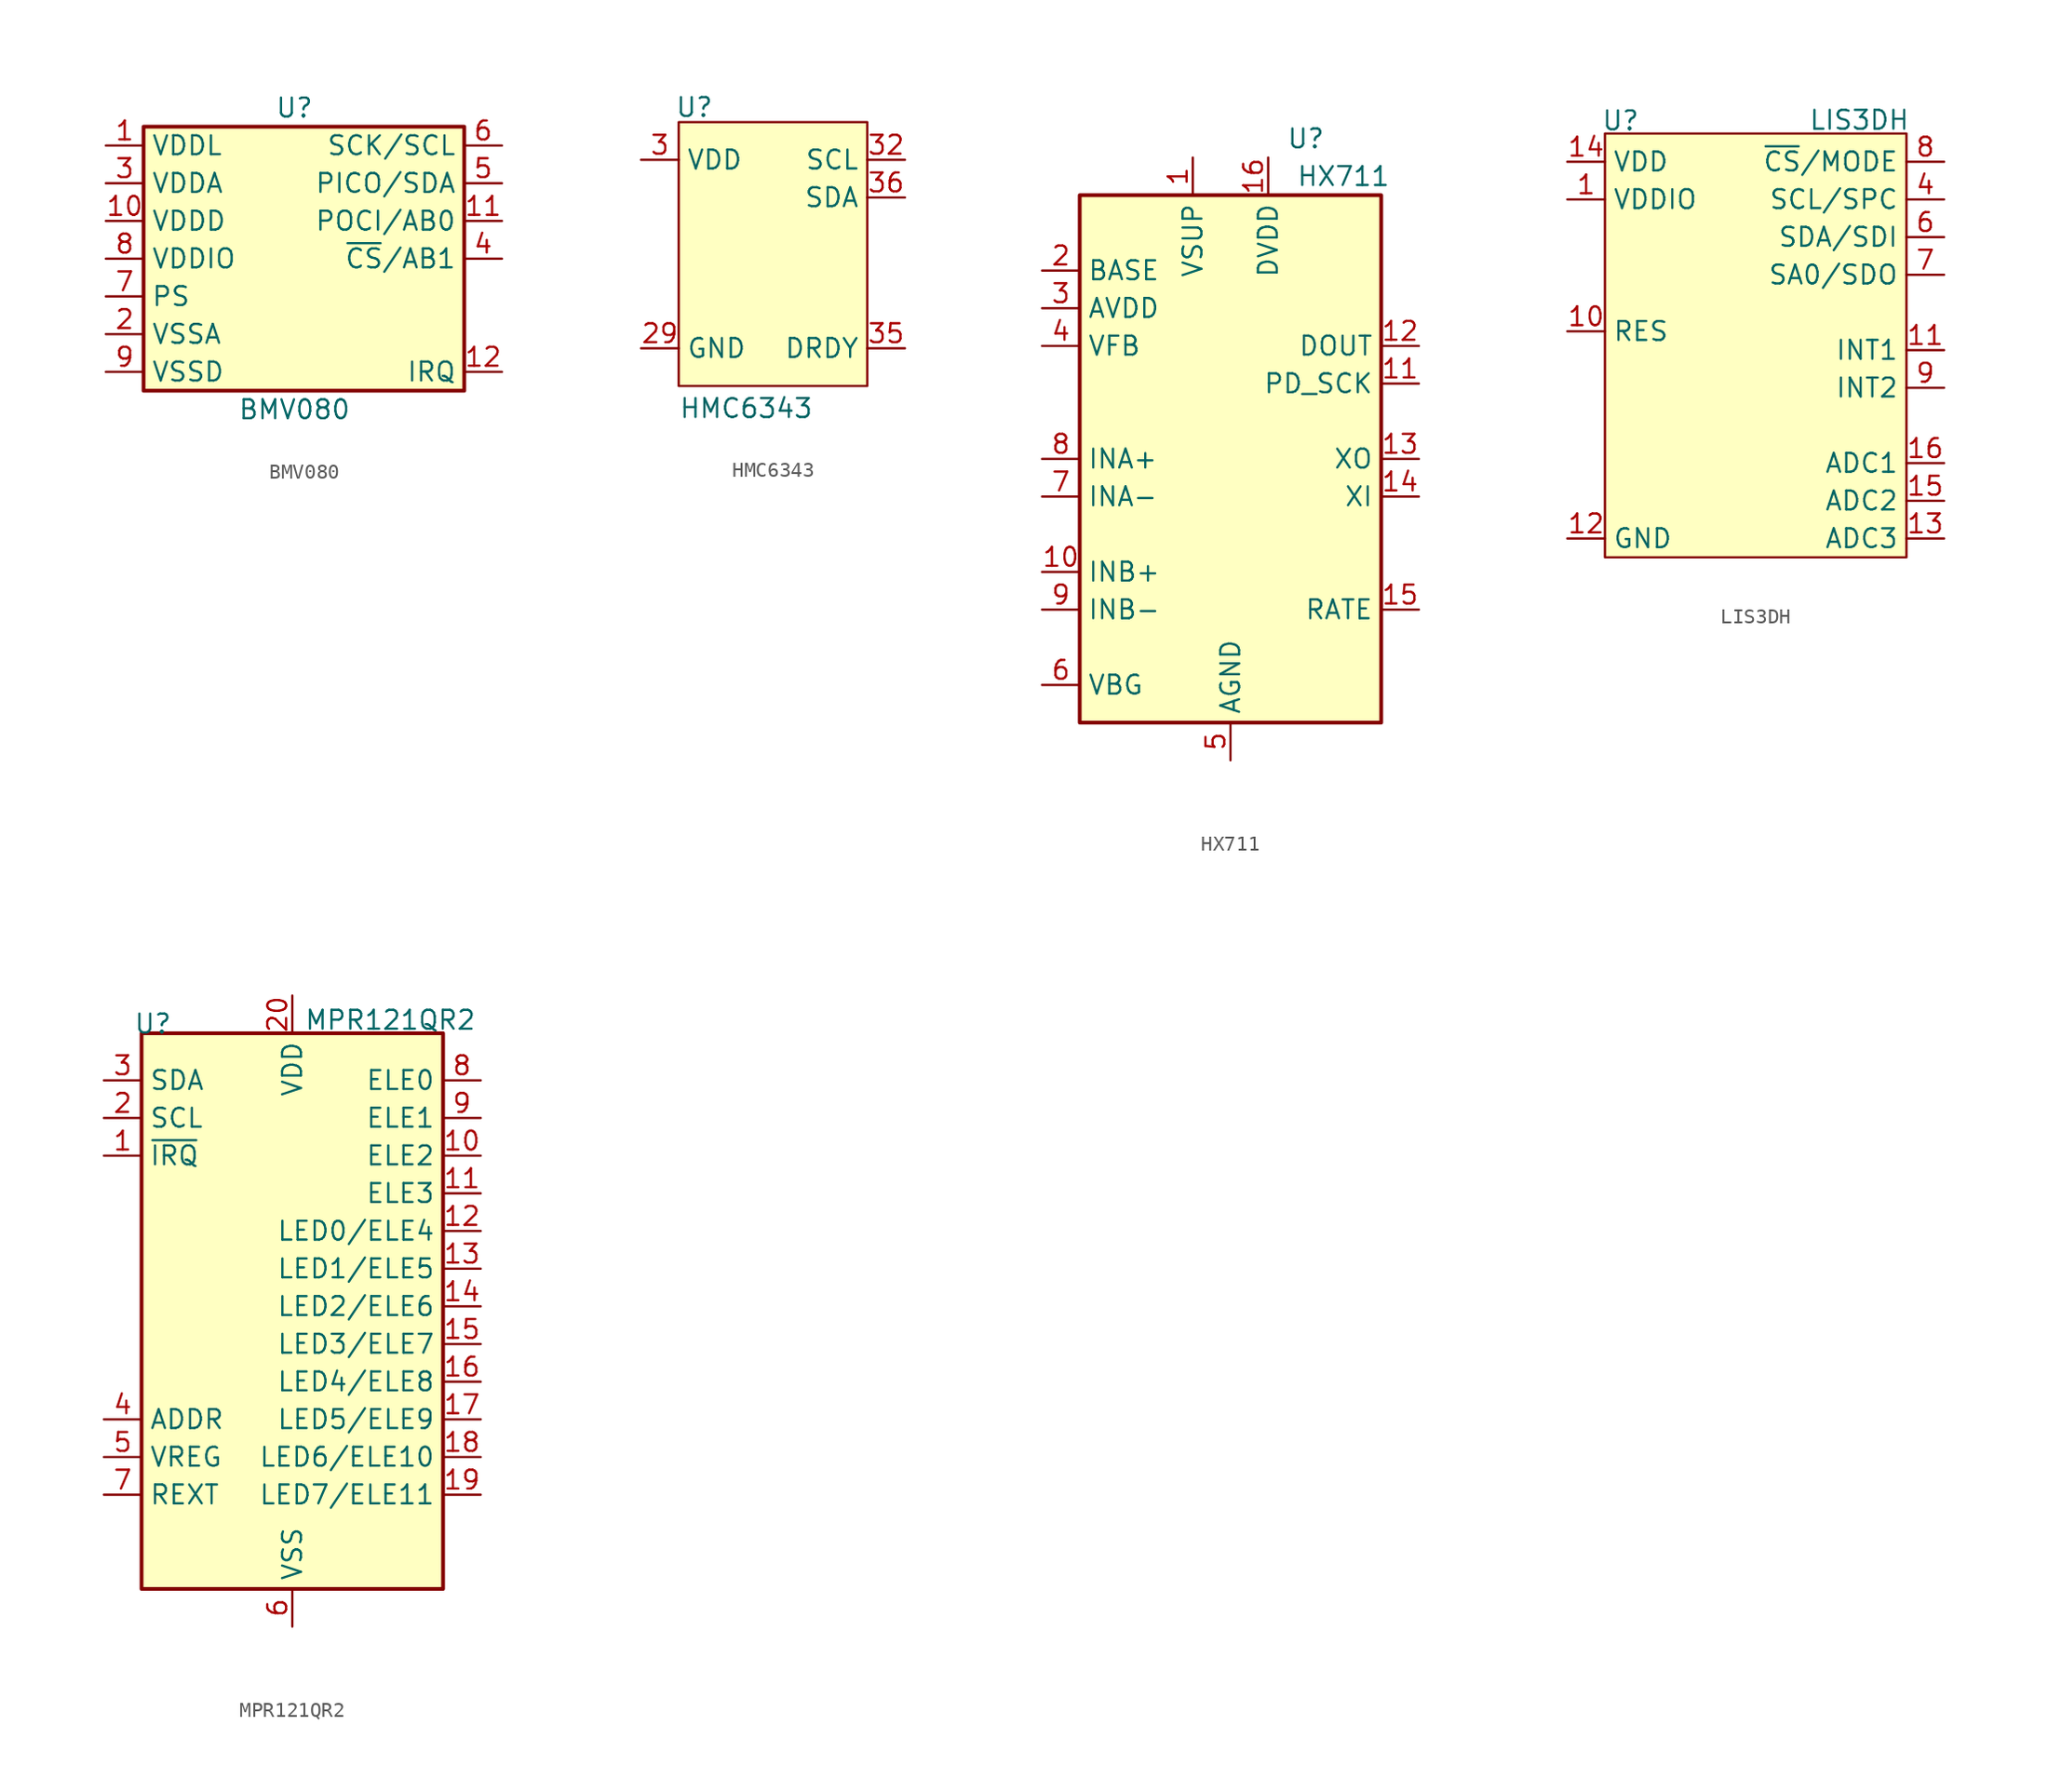
<source format=kicad_sym>
(kicad_symbol_lib
  (version 20241209)
  (generator "kicad_symbol_editor")
  (generator_version "9.0")
  (symbol "BMV080"
    (property "Reference" "U"
      (at 0 10.16 0)
      (effects (font (size 1.27 1.27))))
    (property "Value" "BMV080"
      (at 0 -10.16 0)
      (effects (font (size 1.27 1.27))))
    (symbol "BMV080_0_1"
      (rectangle (start -10.16 8.89) (end 11.43 -8.89) (stroke (width 0.254) (type default)) (fill (type background))))
    (symbol "BMV080_1_1"
      (pin power_in line (at -12.7 7.62 0) (length 2.54) (name "VDDL" (effects (font (size 1.27 1.27)))) (number "1" (effects (font (size 1.27 1.27)))))
      (pin power_in line (at -12.7 5.08 0) (length 2.54) (name "VDDA" (effects (font (size 1.27 1.27)))) (number "3" (effects (font (size 1.27 1.27)))))
      (pin power_in line (at -12.7 2.54 0) (length 2.54) (name "VDDD" (effects (font (size 1.27 1.27)))) (number "10" (effects (font (size 1.27 1.27)))))
      (pin power_in line (at -12.7 0 0) (length 2.54) (name "VDDIO" (effects (font (size 1.27 1.27)))) (number "8" (effects (font (size 1.27 1.27)))))
      (pin input line (at -12.7 -2.54 0) (length 2.54) (name "PS" (effects (font (size 1.27 1.27)))) (number "7" (effects (font (size 1.27 1.27)))))
      (pin power_in line (at -12.7 -5.08 0) (length 2.54) (name "VSSA" (effects (font (size 1.27 1.27)))) (number "2" (effects (font (size 1.27 1.27)))))
      (pin power_in line (at -12.7 -7.62 0) (length 2.54) (name "VSSD" (effects (font (size 1.27 1.27)))) (number "9" (effects (font (size 1.27 1.27)))))
      (pin no_connect line (at 11.43 -5.08 180) (length 2.54) (hide yes) (name "NC" (effects (font (size 1.27 1.27)))) (number "13" (effects (font (size 1.27 1.27)))))
      (pin input line (at 13.97 7.62 180) (length 2.54) (name "SCK/SCL" (effects (font (size 1.27 1.27)))) (number "6" (effects (font (size 1.27 1.27)))))
      (pin bidirectional line (at 13.97 5.08 180) (length 2.54) (name "PICO/SDA" (effects (font (size 1.27 1.27)))) (number "5" (effects (font (size 1.27 1.27)))))
      (pin bidirectional line (at 13.97 2.54 180) (length 2.54) (name "POCI/AB0" (effects (font (size 1.27 1.27)))) (number "11" (effects (font (size 1.27 1.27)))))
      (pin input line (at 13.97 0 180) (length 2.54) (name "~{CS}/AB1" (effects (font (size 1.27 1.27)))) (number "4" (effects (font (size 1.27 1.27)))))
      (pin output line (at 13.97 -7.62 180) (length 2.54) (name "IRQ" (effects (font (size 1.27 1.27)))) (number "12" (effects (font (size 1.27 1.27)))))))
  (symbol "HMC6343"
    (property "Reference" "U"
      (at -6.604 9.144 0)
      (effects (font (size 1.27 1.27)) (justify left bottom)))
    (property "Value" "HMC6343"
      (at -6.35 -9.652 0)
      (effects (font (size 1.27 1.27)) (justify left top)))
    (symbol "HMC6343_1_0"
      (rectangle (start -6.35 8.89) (end 6.35 -8.89) (stroke (width 0) (type solid)) (fill (type background)))
      (pin power_in line (at -8.89 6.35 0) (length 2.54) (name "VDD" (effects (font (size 1.27 1.27)))) (number "3" (effects (font (size 1.27 1.27)))))
      (pin power_out line (at -8.89 -6.35 0) (length 2.54) (name "GND" (effects (font (size 1.27 1.27)))) (number "29" (effects (font (size 1.27 1.27)))))
      (pin bidirectional line (at 8.89 6.35 180) (length 2.54) (name "SCL" (effects (font (size 1.27 1.27)))) (number "32" (effects (font (size 1.27 1.27)))))
      (pin bidirectional line (at 8.89 3.81 180) (length 2.54) (name "SDA" (effects (font (size 1.27 1.27)))) (number "36" (effects (font (size 1.27 1.27)))))
      (pin bidirectional line (at 8.89 -6.35 180) (length 2.54) (name "DRDY" (effects (font (size 1.27 1.27)))) (number "35" (effects (font (size 1.27 1.27)))))))
  (symbol "HX711"
    (property "Reference" "U"
      (at 5.08 21.59 0)
      (effects (font (size 1.27 1.27))))
    (property "Value" "HX711"
      (at 7.62 19.05 0)
      (effects (font (size 1.27 1.27))))
    (symbol "HX711_0_1"
      (rectangle (start -10.16 17.78) (end 10.16 -17.78) (stroke (width 0.254) (type default)) (fill (type background))))
    (symbol "HX711_1_1"
      (pin passive line (at -12.7 12.7 0) (length 2.54) (name "BASE" (effects (font (size 1.27 1.27)))) (number "2" (effects (font (size 1.27 1.27)))))
      (pin power_in line (at -12.7 10.16 0) (length 2.54) (name "AVDD" (effects (font (size 1.27 1.27)))) (number "3" (effects (font (size 1.27 1.27)))))
      (pin input line (at -12.7 7.62 0) (length 2.54) (name "VFB" (effects (font (size 1.27 1.27)))) (number "4" (effects (font (size 1.27 1.27)))))
      (pin input line (at -12.7 0 0) (length 2.54) (name "INA+" (effects (font (size 1.27 1.27)))) (number "8" (effects (font (size 1.27 1.27)))))
      (pin input line (at -12.7 -2.54 0) (length 2.54) (name "INA-" (effects (font (size 1.27 1.27)))) (number "7" (effects (font (size 1.27 1.27)))))
      (pin input line (at -12.7 -7.62 0) (length 2.54) (name "INB+" (effects (font (size 1.27 1.27)))) (number "10" (effects (font (size 1.27 1.27)))))
      (pin input line (at -12.7 -10.16 0) (length 2.54) (name "INB-" (effects (font (size 1.27 1.27)))) (number "9" (effects (font (size 1.27 1.27)))))
      (pin passive line (at -12.7 -15.24 0) (length 2.54) (name "VBG" (effects (font (size 1.27 1.27)))) (number "6" (effects (font (size 1.27 1.27)))))
      (pin power_in line (at -2.54 20.32 270) (length 2.54) (name "VSUP" (effects (font (size 1.27 1.27)))) (number "1" (effects (font (size 1.27 1.27)))))
      (pin power_in line (at 0 -20.32 90) (length 2.54) (name "AGND" (effects (font (size 1.27 1.27)))) (number "5" (effects (font (size 1.27 1.27)))))
      (pin power_in line (at 2.54 20.32 270) (length 2.54) (name "DVDD" (effects (font (size 1.27 1.27)))) (number "16" (effects (font (size 1.27 1.27)))))
      (pin output line (at 12.7 7.62 180) (length 2.54) (name "DOUT" (effects (font (size 1.27 1.27)))) (number "12" (effects (font (size 1.27 1.27)))))
      (pin input line (at 12.7 5.08 180) (length 2.54) (name "PD_SCK" (effects (font (size 1.27 1.27)))) (number "11" (effects (font (size 1.27 1.27)))))
      (pin passive line (at 12.7 0 180) (length 2.54) (name "XO" (effects (font (size 1.27 1.27)))) (number "13" (effects (font (size 1.27 1.27)))))
      (pin passive line (at 12.7 -2.54 180) (length 2.54) (name "XI" (effects (font (size 1.27 1.27)))) (number "14" (effects (font (size 1.27 1.27)))))
      (pin input line (at 12.7 -10.16 180) (length 2.54) (name "RATE" (effects (font (size 1.27 1.27)))) (number "15" (effects (font (size 1.27 1.27)))))))
  (symbol "LIS3DH"
    (property "Reference" "U"
      (at -10.414 13.462 0)
      (effects (font (size 1.27 1.27)) (justify left bottom)))
    (property "Value" "LIS3DH"
      (at 3.556 14.986 0)
      (effects (font (size 1.27 1.27)) (justify left top)))
    (symbol "LIS3DH_1_0"
      (rectangle (start -10.16 13.335) (end 10.16 -15.24) (stroke (width 0) (type solid)) (fill (type background)))
      (pin power_in line (at -12.7 11.43 0) (length 2.54) (name "VDD" (effects (font (size 1.27 1.27)))) (number "14" (effects (font (size 1.27 1.27)))))
      (pin power_in line (at -12.7 8.89 0) (length 2.54) (name "VDDIO" (effects (font (size 1.27 1.27)))) (number "1" (effects (font (size 1.27 1.27)))))
      (pin power_in line (at -12.7 6.35 0) (length 2.54) (hide yes) (name "NC2" (effects (font (size 1.27 1.27)))) (number "2" (effects (font (size 1.27 1.27)))))
      (pin power_in line (at -12.7 3.81 0) (length 2.54) (hide yes) (name "NC3" (effects (font (size 1.27 1.27)))) (number "3" (effects (font (size 1.27 1.27)))))
      (pin bidirectional line (at -12.7 0 0) (length 2.54) (name "RES" (effects (font (size 1.27 1.27)))) (number "10" (effects (font (size 1.27 1.27)))))
      (pin power_out line (at -12.7 -13.97 0) (length 2.54) (name "GND" (effects (font (size 1.27 1.27)))) (number "12" (effects (font (size 1.27 1.27)))))
      (pin power_out line (at -12.7 -13.97 0) (length 2.54) (hide yes) (name "GND" (effects (font (size 1.27 1.27)))) (number "5" (effects (font (size 1.27 1.27)))))
      (pin bidirectional line (at 12.7 11.43 180) (length 2.54) (name "~{CS}/MODE" (effects (font (size 1.27 1.27)))) (number "8" (effects (font (size 1.27 1.27)))))
      (pin bidirectional line (at 12.7 8.89 180) (length 2.54) (name "SCL/SPC" (effects (font (size 1.27 1.27)))) (number "4" (effects (font (size 1.27 1.27)))))
      (pin bidirectional line (at 12.7 6.35 180) (length 2.54) (name "SDA/SDI" (effects (font (size 1.27 1.27)))) (number "6" (effects (font (size 1.27 1.27)))))
      (pin bidirectional line (at 12.7 3.81 180) (length 2.54) (name "SA0/SDO" (effects (font (size 1.27 1.27)))) (number "7" (effects (font (size 1.27 1.27)))))
      (pin bidirectional line (at 12.7 -1.27 180) (length 2.54) (name "INT1" (effects (font (size 1.27 1.27)))) (number "11" (effects (font (size 1.27 1.27)))))
      (pin bidirectional line (at 12.7 -3.81 180) (length 2.54) (name "INT2" (effects (font (size 1.27 1.27)))) (number "9" (effects (font (size 1.27 1.27)))))
      (pin bidirectional line (at 12.7 -8.89 180) (length 2.54) (name "ADC1" (effects (font (size 1.27 1.27)))) (number "16" (effects (font (size 1.27 1.27)))))
      (pin bidirectional line (at 12.7 -11.43 180) (length 2.54) (name "ADC2" (effects (font (size 1.27 1.27)))) (number "15" (effects (font (size 1.27 1.27)))))
      (pin bidirectional line (at 12.7 -13.97 180) (length 2.54) (name "ADC3" (effects (font (size 1.27 1.27)))) (number "13" (effects (font (size 1.27 1.27)))))))
  (symbol "MPR121QR2"
    (property "Reference" "U"
      (at -9.398 19.05 0)
      (effects (font (size 1.27 1.27))))
    (property "Value" "MPR121QR2"
      (at 6.604 19.304 0)
      (effects (font (size 1.27 1.27))))
    (symbol "MPR121QR2_0_1"
      (rectangle (start -10.16 18.415) (end 10.16 -19.05) (stroke (width 0.254) (type default)) (fill (type background))))
    (symbol "MPR121QR2_1_1"
      (pin bidirectional line (at -12.7 15.24 0) (length 2.54) (name "SDA" (effects (font (size 1.27 1.27)))) (number "3" (effects (font (size 1.27 1.27)))))
      (pin input line (at -12.7 12.7 0) (length 2.54) (name "SCL" (effects (font (size 1.27 1.27)))) (number "2" (effects (font (size 1.27 1.27)))))
      (pin open_collector line (at -12.7 10.16 0) (length 2.54) (name "~{IRQ}" (effects (font (size 1.27 1.27)))) (number "1" (effects (font (size 1.27 1.27)))))
      (pin input line (at -12.7 -7.62 0) (length 2.54) (name "ADDR" (effects (font (size 1.27 1.27)))) (number "4" (effects (font (size 1.27 1.27)))))
      (pin passive line (at -12.7 -10.16 0) (length 2.54) (name "VREG" (effects (font (size 1.27 1.27)))) (number "5" (effects (font (size 1.27 1.27)))))
      (pin passive line (at -12.7 -12.7 0) (length 2.54) (name "REXT" (effects (font (size 1.27 1.27)))) (number "7" (effects (font (size 1.27 1.27)))))
      (pin power_in line (at 0 20.955 270) (length 2.54) (name "VDD" (effects (font (size 1.27 1.27)))) (number "20" (effects (font (size 1.27 1.27)))))
      (pin power_in line (at 0 -21.59 90) (length 2.54) (name "VSS" (effects (font (size 1.27 1.27)))) (number "6" (effects (font (size 1.27 1.27)))))
      (pin passive line (at 12.7 15.24 180) (length 2.54) (name "ELE0" (effects (font (size 1.27 1.27)))) (number "8" (effects (font (size 1.27 1.27)))))
      (pin passive line (at 12.7 12.7 180) (length 2.54) (name "ELE1" (effects (font (size 1.27 1.27)))) (number "9" (effects (font (size 1.27 1.27)))))
      (pin passive line (at 12.7 10.16 180) (length 2.54) (name "ELE2" (effects (font (size 1.27 1.27)))) (number "10" (effects (font (size 1.27 1.27)))))
      (pin passive line (at 12.7 7.62 180) (length 2.54) (name "ELE3" (effects (font (size 1.27 1.27)))) (number "11" (effects (font (size 1.27 1.27)))))
      (pin passive line (at 12.7 5.08 180) (length 2.54) (name "LED0/ELE4" (effects (font (size 1.27 1.27)))) (number "12" (effects (font (size 1.27 1.27)))))
      (pin passive line (at 12.7 2.54 180) (length 2.54) (name "LED1/ELE5" (effects (font (size 1.27 1.27)))) (number "13" (effects (font (size 1.27 1.27)))))
      (pin passive line (at 12.7 0 180) (length 2.54) (name "LED2/ELE6" (effects (font (size 1.27 1.27)))) (number "14" (effects (font (size 1.27 1.27)))))
      (pin passive line (at 12.7 -2.54 180) (length 2.54) (name "LED3/ELE7" (effects (font (size 1.27 1.27)))) (number "15" (effects (font (size 1.27 1.27)))))
      (pin passive line (at 12.7 -5.08 180) (length 2.54) (name "LED4/ELE8" (effects (font (size 1.27 1.27)))) (number "16" (effects (font (size 1.27 1.27)))))
      (pin passive line (at 12.7 -7.62 180) (length 2.54) (name "LED5/ELE9" (effects (font (size 1.27 1.27)))) (number "17" (effects (font (size 1.27 1.27)))))
      (pin passive line (at 12.7 -10.16 180) (length 2.54) (name "LED6/ELE10" (effects (font (size 1.27 1.27)))) (number "18" (effects (font (size 1.27 1.27)))))
      (pin passive line (at 12.7 -12.7 180) (length 2.54) (name "LED7/ELE11" (effects (font (size 1.27 1.27)))) (number "19" (effects (font (size 1.27 1.27))))))))
</source>
